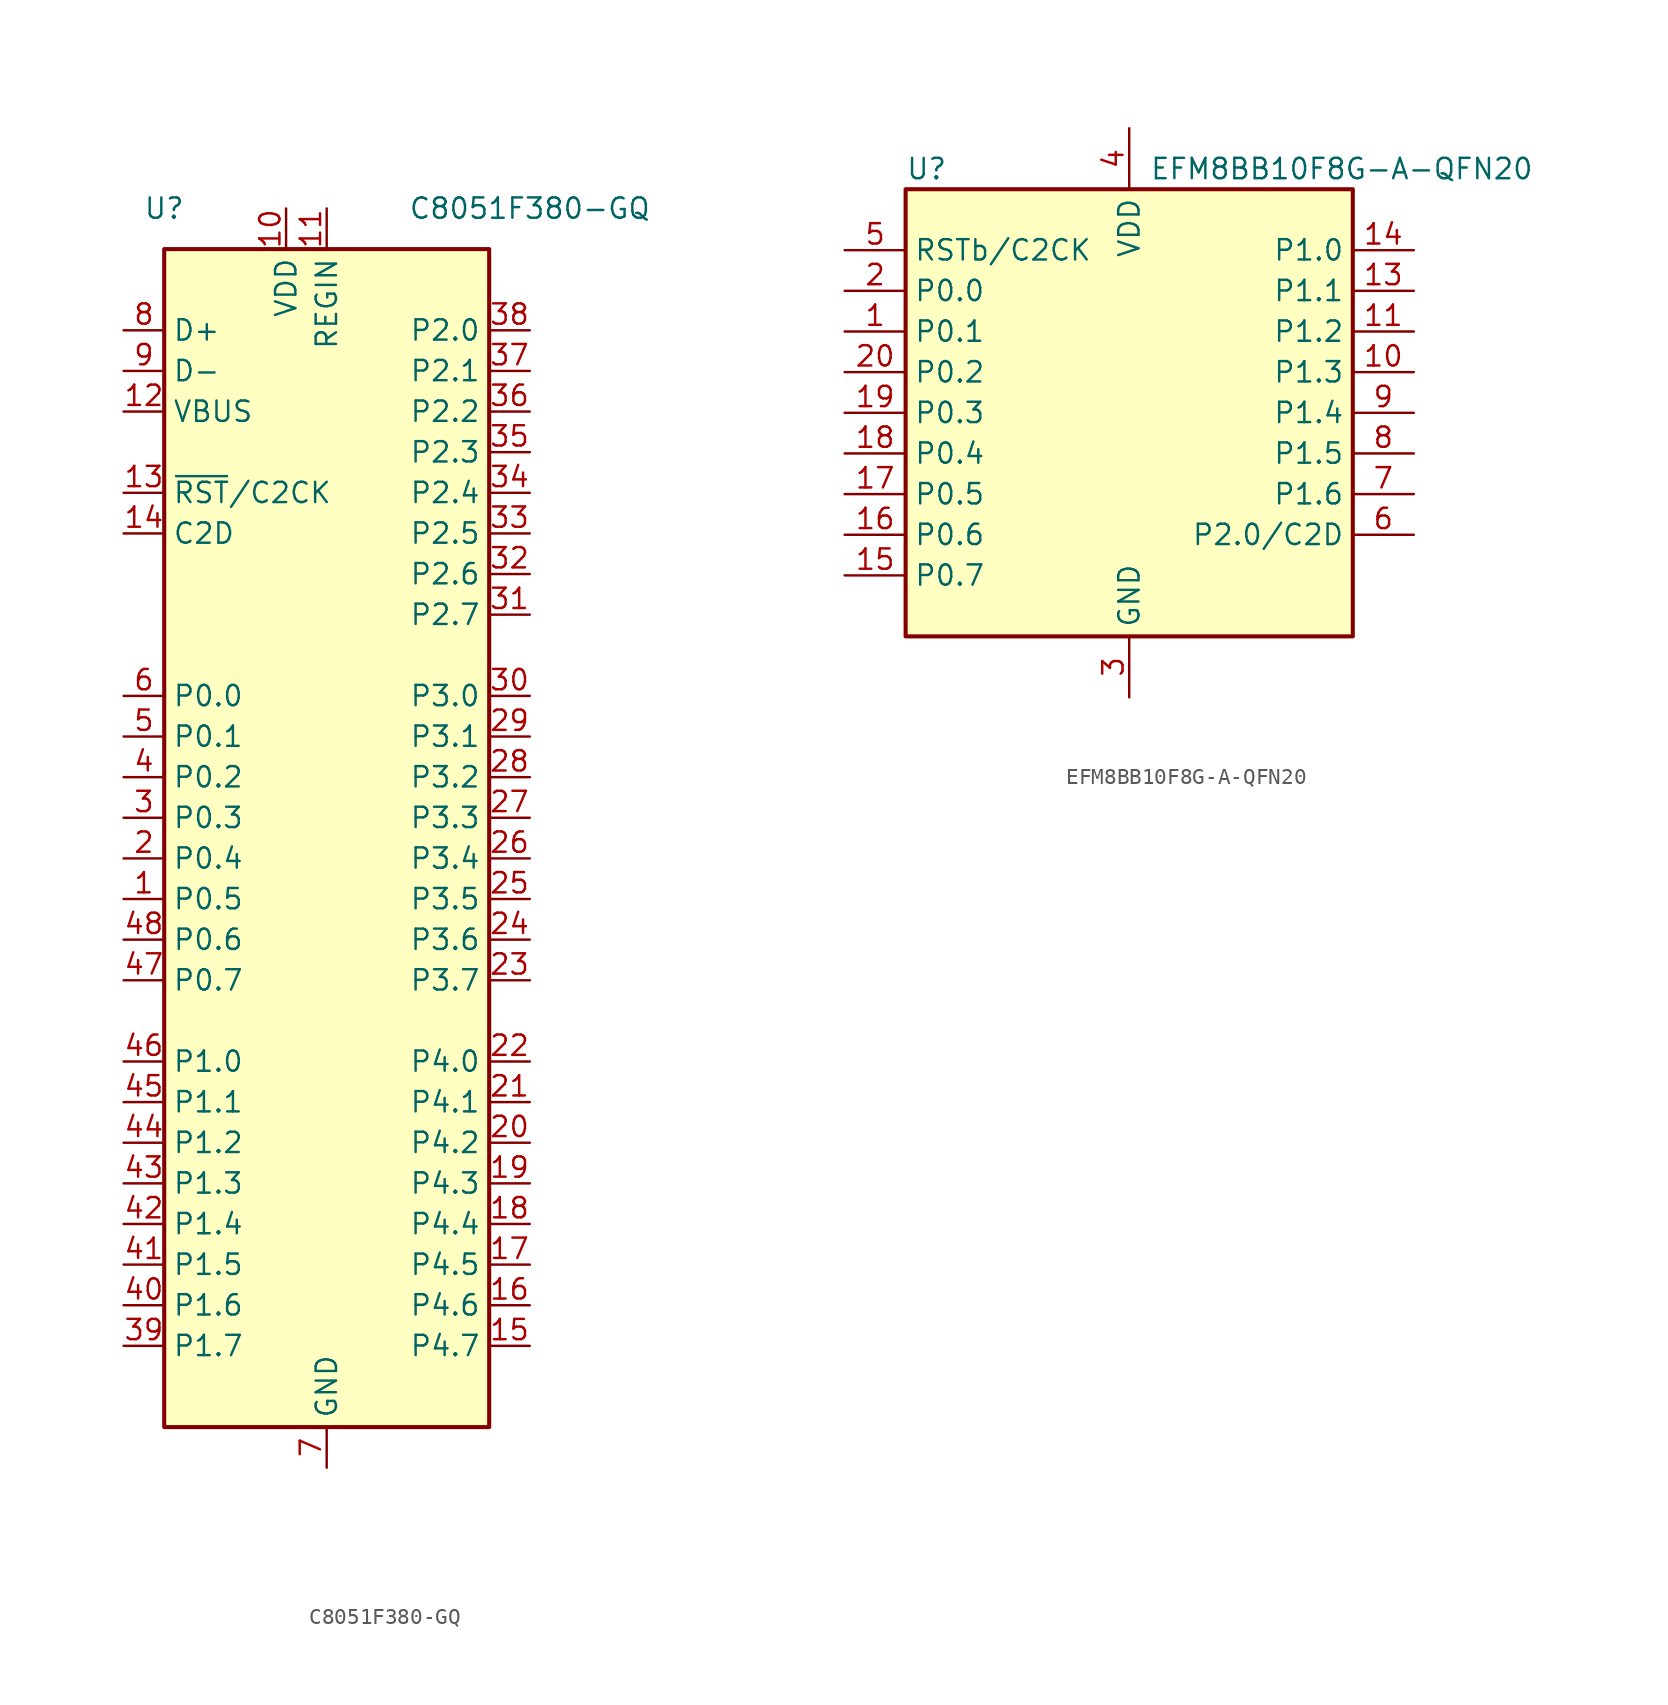
<source format=kicad_sym>
(kicad_symbol_lib
  (version 20211014)
  (generator kicad_symbol_editor)
  (symbol "C8051F380-GQ"
    (property "Reference" "U"
      (at -10.16 40.64 0)
      (effects (font (size 1.27 1.27))))
    (property "Value" "C8051F380-GQ"
      (at 12.7 40.64 0)
      (effects (font (size 1.27 1.27))))
    (symbol "C8051F380-GQ_0_1"
      (rectangle (start -10.16 38.1) (end 10.16 -35.56) (stroke (width 0.254) (type default) (color 0 0 0 0)) (fill (type background))))
    (symbol "C8051F380-GQ_1_1"
      (pin bidirectional line (at -12.7 -2.54 0) (length 2.54) (name "P0.5" (effects (font (size 1.27 1.27)))) (number "1" (effects (font (size 1.27 1.27)))))
      (pin power_in line (at -2.54 40.64 270) (length 2.54) (name "VDD" (effects (font (size 1.27 1.27)))) (number "10" (effects (font (size 1.27 1.27)))))
      (pin power_in line (at 0 40.64 270) (length 2.54) (name "REGIN" (effects (font (size 1.27 1.27)))) (number "11" (effects (font (size 1.27 1.27)))))
      (pin input line (at -12.7 27.94 0) (length 2.54) (name "VBUS" (effects (font (size 1.27 1.27)))) (number "12" (effects (font (size 1.27 1.27)))))
      (pin input line (at -12.7 22.86 0) (length 2.54) (name "~{RST}/C2CK" (effects (font (size 1.27 1.27)))) (number "13" (effects (font (size 1.27 1.27)))))
      (pin bidirectional line (at -12.7 20.32 0) (length 2.54) (name "C2D" (effects (font (size 1.27 1.27)))) (number "14" (effects (font (size 1.27 1.27)))))
      (pin bidirectional line (at 12.7 -30.48 180) (length 2.54) (name "P4.7" (effects (font (size 1.27 1.27)))) (number "15" (effects (font (size 1.27 1.27)))))
      (pin bidirectional line (at 12.7 -27.94 180) (length 2.54) (name "P4.6" (effects (font (size 1.27 1.27)))) (number "16" (effects (font (size 1.27 1.27)))))
      (pin bidirectional line (at 12.7 -25.4 180) (length 2.54) (name "P4.5" (effects (font (size 1.27 1.27)))) (number "17" (effects (font (size 1.27 1.27)))))
      (pin bidirectional line (at 12.7 -22.86 180) (length 2.54) (name "P4.4" (effects (font (size 1.27 1.27)))) (number "18" (effects (font (size 1.27 1.27)))))
      (pin bidirectional line (at 12.7 -20.32 180) (length 2.54) (name "P4.3" (effects (font (size 1.27 1.27)))) (number "19" (effects (font (size 1.27 1.27)))))
      (pin bidirectional line (at -12.7 0 0) (length 2.54) (name "P0.4" (effects (font (size 1.27 1.27)))) (number "2" (effects (font (size 1.27 1.27)))))
      (pin bidirectional line (at 12.7 -17.78 180) (length 2.54) (name "P4.2" (effects (font (size 1.27 1.27)))) (number "20" (effects (font (size 1.27 1.27)))))
      (pin bidirectional line (at 12.7 -15.24 180) (length 2.54) (name "P4.1" (effects (font (size 1.27 1.27)))) (number "21" (effects (font (size 1.27 1.27)))))
      (pin bidirectional line (at 12.7 -12.7 180) (length 2.54) (name "P4.0" (effects (font (size 1.27 1.27)))) (number "22" (effects (font (size 1.27 1.27)))))
      (pin bidirectional line (at 12.7 -7.62 180) (length 2.54) (name "P3.7" (effects (font (size 1.27 1.27)))) (number "23" (effects (font (size 1.27 1.27)))))
      (pin bidirectional line (at 12.7 -5.08 180) (length 2.54) (name "P3.6" (effects (font (size 1.27 1.27)))) (number "24" (effects (font (size 1.27 1.27)))))
      (pin bidirectional line (at 12.7 -2.54 180) (length 2.54) (name "P3.5" (effects (font (size 1.27 1.27)))) (number "25" (effects (font (size 1.27 1.27)))))
      (pin bidirectional line (at 12.7 0 180) (length 2.54) (name "P3.4" (effects (font (size 1.27 1.27)))) (number "26" (effects (font (size 1.27 1.27)))))
      (pin bidirectional line (at 12.7 2.54 180) (length 2.54) (name "P3.3" (effects (font (size 1.27 1.27)))) (number "27" (effects (font (size 1.27 1.27)))))
      (pin bidirectional line (at 12.7 5.08 180) (length 2.54) (name "P3.2" (effects (font (size 1.27 1.27)))) (number "28" (effects (font (size 1.27 1.27)))))
      (pin bidirectional line (at 12.7 7.62 180) (length 2.54) (name "P3.1" (effects (font (size 1.27 1.27)))) (number "29" (effects (font (size 1.27 1.27)))))
      (pin bidirectional line (at -12.7 2.54 0) (length 2.54) (name "P0.3" (effects (font (size 1.27 1.27)))) (number "3" (effects (font (size 1.27 1.27)))))
      (pin bidirectional line (at 12.7 10.16 180) (length 2.54) (name "P3.0" (effects (font (size 1.27 1.27)))) (number "30" (effects (font (size 1.27 1.27)))))
      (pin bidirectional line (at 12.7 15.24 180) (length 2.54) (name "P2.7" (effects (font (size 1.27 1.27)))) (number "31" (effects (font (size 1.27 1.27)))))
      (pin bidirectional line (at 12.7 17.78 180) (length 2.54) (name "P2.6" (effects (font (size 1.27 1.27)))) (number "32" (effects (font (size 1.27 1.27)))))
      (pin bidirectional line (at 12.7 20.32 180) (length 2.54) (name "P2.5" (effects (font (size 1.27 1.27)))) (number "33" (effects (font (size 1.27 1.27)))))
      (pin bidirectional line (at 12.7 22.86 180) (length 2.54) (name "P2.4" (effects (font (size 1.27 1.27)))) (number "34" (effects (font (size 1.27 1.27)))))
      (pin bidirectional line (at 12.7 25.4 180) (length 2.54) (name "P2.3" (effects (font (size 1.27 1.27)))) (number "35" (effects (font (size 1.27 1.27)))))
      (pin bidirectional line (at 12.7 27.94 180) (length 2.54) (name "P2.2" (effects (font (size 1.27 1.27)))) (number "36" (effects (font (size 1.27 1.27)))))
      (pin bidirectional line (at 12.7 30.48 180) (length 2.54) (name "P2.1" (effects (font (size 1.27 1.27)))) (number "37" (effects (font (size 1.27 1.27)))))
      (pin bidirectional line (at 12.7 33.02 180) (length 2.54) (name "P2.0" (effects (font (size 1.27 1.27)))) (number "38" (effects (font (size 1.27 1.27)))))
      (pin bidirectional line (at -12.7 -30.48 0) (length 2.54) (name "P1.7" (effects (font (size 1.27 1.27)))) (number "39" (effects (font (size 1.27 1.27)))))
      (pin bidirectional line (at -12.7 5.08 0) (length 2.54) (name "P0.2" (effects (font (size 1.27 1.27)))) (number "4" (effects (font (size 1.27 1.27)))))
      (pin bidirectional line (at -12.7 -27.94 0) (length 2.54) (name "P1.6" (effects (font (size 1.27 1.27)))) (number "40" (effects (font (size 1.27 1.27)))))
      (pin bidirectional line (at -12.7 -25.4 0) (length 2.54) (name "P1.5" (effects (font (size 1.27 1.27)))) (number "41" (effects (font (size 1.27 1.27)))))
      (pin bidirectional line (at -12.7 -22.86 0) (length 2.54) (name "P1.4" (effects (font (size 1.27 1.27)))) (number "42" (effects (font (size 1.27 1.27)))))
      (pin bidirectional line (at -12.7 -20.32 0) (length 2.54) (name "P1.3" (effects (font (size 1.27 1.27)))) (number "43" (effects (font (size 1.27 1.27)))))
      (pin bidirectional line (at -12.7 -17.78 0) (length 2.54) (name "P1.2" (effects (font (size 1.27 1.27)))) (number "44" (effects (font (size 1.27 1.27)))))
      (pin bidirectional line (at -12.7 -15.24 0) (length 2.54) (name "P1.1" (effects (font (size 1.27 1.27)))) (number "45" (effects (font (size 1.27 1.27)))))
      (pin bidirectional line (at -12.7 -12.7 0) (length 2.54) (name "P1.0" (effects (font (size 1.27 1.27)))) (number "46" (effects (font (size 1.27 1.27)))))
      (pin bidirectional line (at -12.7 -7.62 0) (length 2.54) (name "P0.7" (effects (font (size 1.27 1.27)))) (number "47" (effects (font (size 1.27 1.27)))))
      (pin bidirectional line (at -12.7 -5.08 0) (length 2.54) (name "P0.6" (effects (font (size 1.27 1.27)))) (number "48" (effects (font (size 1.27 1.27)))))
      (pin bidirectional line (at -12.7 7.62 0) (length 2.54) (name "P0.1" (effects (font (size 1.27 1.27)))) (number "5" (effects (font (size 1.27 1.27)))))
      (pin bidirectional line (at -12.7 10.16 0) (length 2.54) (name "P0.0" (effects (font (size 1.27 1.27)))) (number "6" (effects (font (size 1.27 1.27)))))
      (pin power_in line (at 0 -38.1 90) (length 2.54) (name "GND" (effects (font (size 1.27 1.27)))) (number "7" (effects (font (size 1.27 1.27)))))
      (pin bidirectional line (at -12.7 33.02 0) (length 2.54) (name "D+" (effects (font (size 1.27 1.27)))) (number "8" (effects (font (size 1.27 1.27)))))
      (pin bidirectional line (at -12.7 30.48 0) (length 2.54) (name "D-" (effects (font (size 1.27 1.27)))) (number "9" (effects (font (size 1.27 1.27)))))))
  (symbol "EFM8BB10F8G-A-QFN20"
    (property "Reference" "U"
      (at -13.97 15.24 0)
      (effects (font (size 1.27 1.27)) (justify left)))
    (property "Value" "EFM8BB10F8G-A-QFN20"
      (at 1.27 15.24 0)
      (effects (font (size 1.27 1.27)) (justify left)))
    (symbol "EFM8BB10F8G-A-QFN20_0_1"
      (rectangle (start -13.97 13.97) (end 13.97 -13.97) (stroke (width 0.254) (type default) (color 0 0 0 0)) (fill (type background)))
      (pin bidirectional line (at -17.78 5.08 0) (length 3.81) (name "P0.1" (effects (font (size 1.27 1.27)))) (number "1" (effects (font (size 1.27 1.27)))))
      (pin bidirectional line (at 17.78 2.54 180) (length 3.81) (name "P1.3" (effects (font (size 1.27 1.27)))) (number "10" (effects (font (size 1.27 1.27)))))
      (pin bidirectional line (at 17.78 5.08 180) (length 3.81) (name "P1.2" (effects (font (size 1.27 1.27)))) (number "11" (effects (font (size 1.27 1.27)))))
      (pin passive line (at 0 -17.78 90) (length 3.81) hide (name "GND" (effects (font (size 1.27 1.27)))) (number "12" (effects (font (size 1.27 1.27)))))
      (pin bidirectional line (at 17.78 7.62 180) (length 3.81) (name "P1.1" (effects (font (size 1.27 1.27)))) (number "13" (effects (font (size 1.27 1.27)))))
      (pin bidirectional line (at 17.78 10.16 180) (length 3.81) (name "P1.0" (effects (font (size 1.27 1.27)))) (number "14" (effects (font (size 1.27 1.27)))))
      (pin bidirectional line (at -17.78 -10.16 0) (length 3.81) (name "P0.7" (effects (font (size 1.27 1.27)))) (number "15" (effects (font (size 1.27 1.27)))))
      (pin bidirectional line (at -17.78 -7.62 0) (length 3.81) (name "P0.6" (effects (font (size 1.27 1.27)))) (number "16" (effects (font (size 1.27 1.27)))))
      (pin bidirectional line (at -17.78 -5.08 0) (length 3.81) (name "P0.5" (effects (font (size 1.27 1.27)))) (number "17" (effects (font (size 1.27 1.27)))))
      (pin bidirectional line (at -17.78 -2.54 0) (length 3.81) (name "P0.4" (effects (font (size 1.27 1.27)))) (number "18" (effects (font (size 1.27 1.27)))))
      (pin bidirectional line (at -17.78 0 0) (length 3.81) (name "P0.3" (effects (font (size 1.27 1.27)))) (number "19" (effects (font (size 1.27 1.27)))))
      (pin bidirectional line (at -17.78 7.62 0) (length 3.81) (name "P0.0" (effects (font (size 1.27 1.27)))) (number "2" (effects (font (size 1.27 1.27)))))
      (pin bidirectional line (at -17.78 2.54 0) (length 3.81) (name "P0.2" (effects (font (size 1.27 1.27)))) (number "20" (effects (font (size 1.27 1.27)))))
      (pin passive line (at 0 -17.78 90) (length 3.81) hide (name "GND" (effects (font (size 1.27 1.27)))) (number "21" (effects (font (size 1.27 1.27)))))
      (pin power_in line (at 0 -17.78 90) (length 3.81) (name "GND" (effects (font (size 1.27 1.27)))) (number "3" (effects (font (size 1.27 1.27)))))
      (pin power_in line (at 0 17.78 270) (length 3.81) (name "VDD" (effects (font (size 1.27 1.27)))) (number "4" (effects (font (size 1.27 1.27)))))
      (pin input line (at -17.78 10.16 0) (length 3.81) (name "RSTb/C2CK" (effects (font (size 1.27 1.27)))) (number "5" (effects (font (size 1.27 1.27)))))
      (pin bidirectional line (at 17.78 -7.62 180) (length 3.81) (name "P2.0/C2D" (effects (font (size 1.27 1.27)))) (number "6" (effects (font (size 1.27 1.27)))))
      (pin bidirectional line (at 17.78 -5.08 180) (length 3.81) (name "P1.6" (effects (font (size 1.27 1.27)))) (number "7" (effects (font (size 1.27 1.27)))))
      (pin bidirectional line (at 17.78 -2.54 180) (length 3.81) (name "P1.5" (effects (font (size 1.27 1.27)))) (number "8" (effects (font (size 1.27 1.27)))))
      (pin bidirectional line (at 17.78 0 180) (length 3.81) (name "P1.4" (effects (font (size 1.27 1.27)))) (number "9" (effects (font (size 1.27 1.27))))))))
</source>
